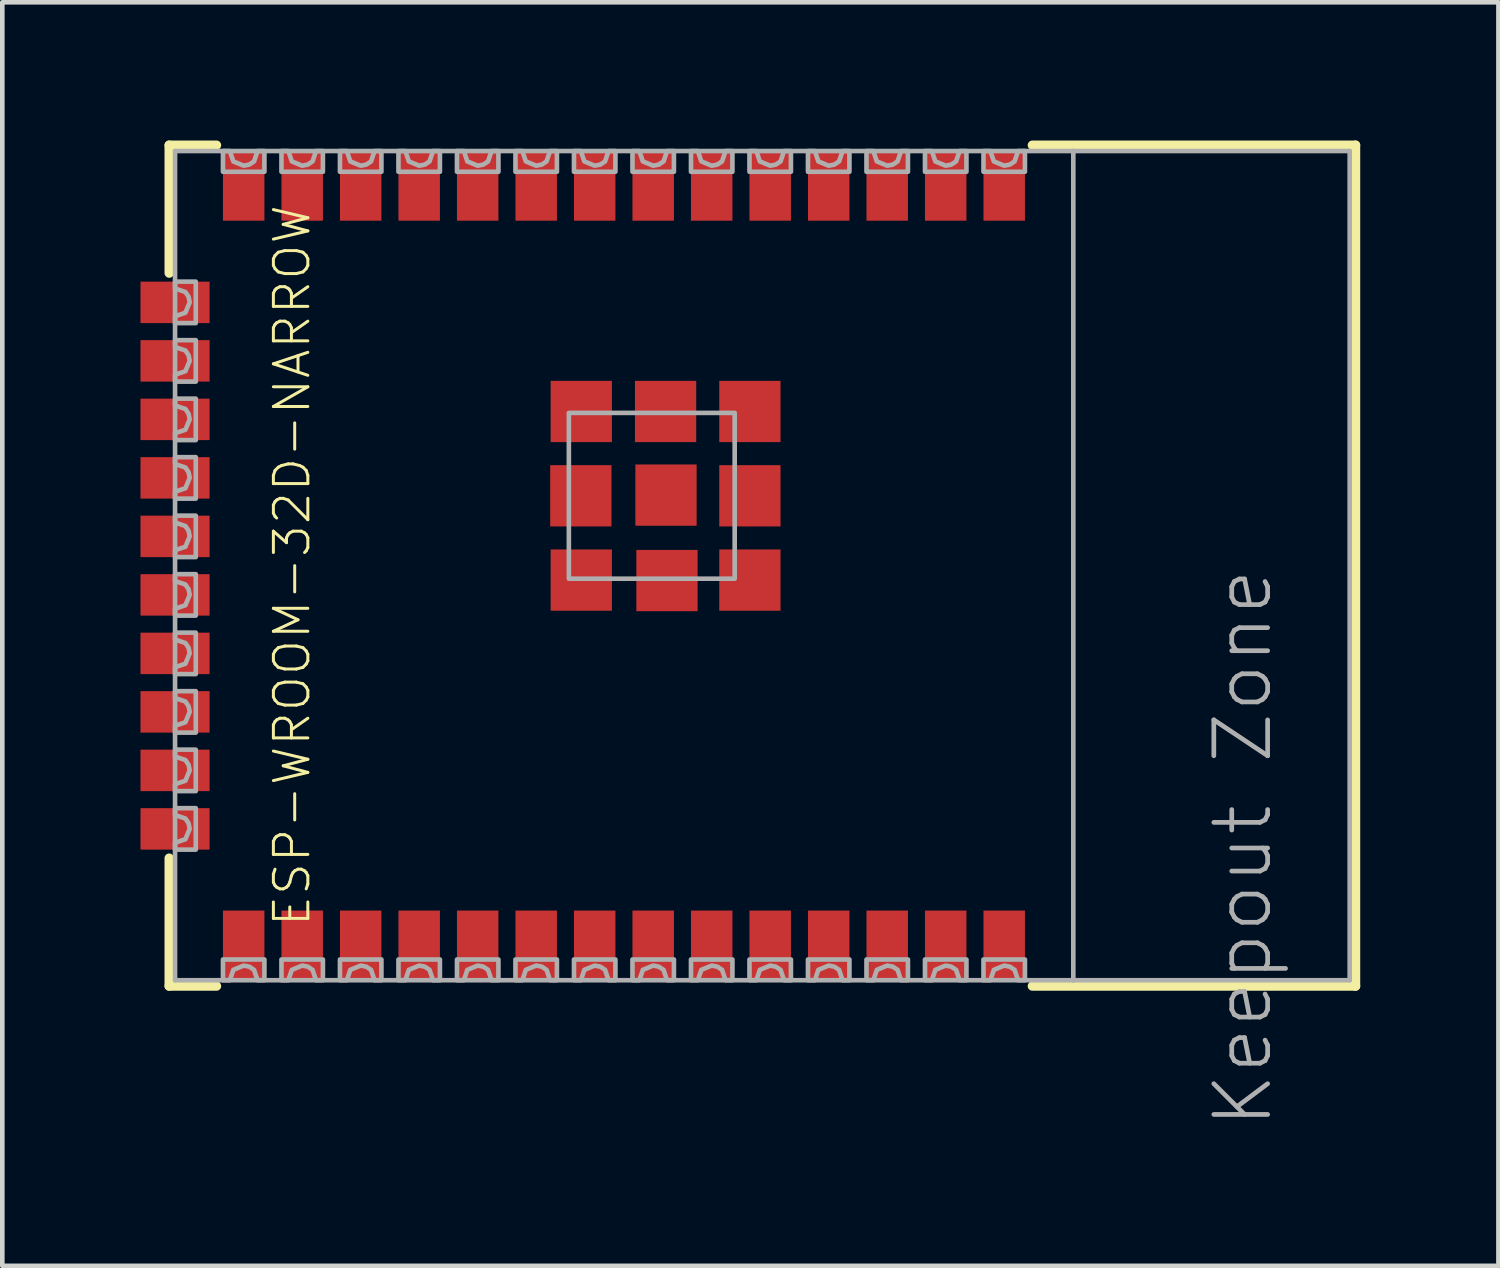
<source format=kicad_pcb>
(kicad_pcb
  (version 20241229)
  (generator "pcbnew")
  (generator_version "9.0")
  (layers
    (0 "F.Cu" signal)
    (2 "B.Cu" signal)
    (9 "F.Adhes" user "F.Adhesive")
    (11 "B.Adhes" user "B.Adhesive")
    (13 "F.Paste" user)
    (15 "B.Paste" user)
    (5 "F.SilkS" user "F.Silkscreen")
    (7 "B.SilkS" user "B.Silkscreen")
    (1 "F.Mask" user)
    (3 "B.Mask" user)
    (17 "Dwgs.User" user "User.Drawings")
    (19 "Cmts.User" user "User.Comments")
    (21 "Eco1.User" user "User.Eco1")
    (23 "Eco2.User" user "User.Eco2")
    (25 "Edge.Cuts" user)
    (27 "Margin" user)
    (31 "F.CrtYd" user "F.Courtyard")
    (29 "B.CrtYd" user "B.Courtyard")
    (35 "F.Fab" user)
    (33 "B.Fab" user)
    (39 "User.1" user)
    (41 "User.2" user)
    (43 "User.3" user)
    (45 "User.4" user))
  (footprint "ESP-WROOM-32D-NARROW"
    (layer "F.Cu")
    (at 12.32 9.229)
    (property "Reference" "ESP-WROOM-32D-NARROW" (at -9.03 0 90) (unlocked yes) (layer "F.SilkS") (effects (font (size 0.748 0.748) (thickness 0.065))))
    (fp_line (start -11.697 -9.127) (end -10.67 -9.127) (stroke (width 0.203) (type solid)) (layer "F.SilkS"))
    (fp_line (start -11.697 -6.35) (end -11.697 -9.127) (stroke (width 0.203) (type solid)) (layer "F.SilkS"))
    (fp_line (start -11.697 6.35) (end -11.697 9.127) (stroke (width 0.203) (type solid)) (layer "F.SilkS"))
    (fp_line (start -11.697 9.127) (end -10.67 9.127) (stroke (width 0.203) (type solid)) (layer "F.SilkS"))
    (fp_line (start 7.041 -9.127) (end 14.057 -9.127) (stroke (width 0.203) (type solid)) (layer "F.SilkS"))
    (fp_line (start 7.041 9.127) (end 14.057 9.127) (stroke (width 0.203) (type solid)) (layer "F.SilkS"))
    (fp_line (start 14.057 -9.127) (end 14.057 9.127) (stroke (width 0.203) (type solid)) (layer "F.SilkS"))
    (fp_line (start -11.57 -9) (end 7.93 -9) (stroke (width 0.1) (type solid)) (layer "F.Fab"))
    (fp_line (start -11.57 9) (end -11.57 -9) (stroke (width 0.1) (type solid)) (layer "F.Fab"))
    (fp_line (start 7.93 -9) (end 13.93 -9) (stroke (width 0.1) (type solid)) (layer "F.Fab"))
    (fp_line (start 7.93 9) (end -11.57 9) (stroke (width 0.1) (type solid)) (layer "F.Fab"))
    (fp_line (start 7.93 9) (end 7.93 -9) (stroke (width 0.1) (type solid)) (layer "F.Fab"))
    (fp_line (start 13.93 -9) (end 13.93 9) (stroke (width 0.1) (type solid)) (layer "F.Fab"))
    (fp_line (start 13.93 9) (end 7.93 9) (stroke (width 0.1) (type solid)) (layer "F.Fab"))
    (fp_poly (pts (xy -3.021 0.284) (xy 0.579 0.284) (xy 0.579 -3.316) (xy -3.021 -3.316)) (stroke (width 0.1) (type default)) (fill no) (layer "F.Fab"))
    (fp_poly (pts (xy -11.12 -5.265) (xy -11.57 -5.265) (xy -11.57 -5.415) (xy -11.345 -5.49) (xy -11.252 -5.715) (xy -11.276 -5.837) (xy -11.345 -5.94) (xy -11.57 -6.015) (xy -11.57 -6.015) (xy -11.57 -6.165) (xy -11.12 -6.165)) (stroke (width 0.1) (type default)) (fill no) (layer "F.Fab"))
    (fp_poly (pts (xy -11.12 -3.995) (xy -11.57 -3.995) (xy -11.57 -4.145) (xy -11.345 -4.22) (xy -11.252 -4.445) (xy -11.276 -4.567) (xy -11.345 -4.67) (xy -11.57 -4.745) (xy -11.57 -4.745) (xy -11.57 -4.895) (xy -11.12 -4.895)) (stroke (width 0.1) (type default)) (fill no) (layer "F.Fab"))
    (fp_poly (pts (xy -11.12 -2.725) (xy -11.57 -2.725) (xy -11.57 -2.875) (xy -11.345 -2.95) (xy -11.252 -3.175) (xy -11.276 -3.297) (xy -11.345 -3.4) (xy -11.57 -3.475) (xy -11.57 -3.475) (xy -11.57 -3.625) (xy -11.12 -3.625)) (stroke (width 0.1) (type default)) (fill no) (layer "F.Fab"))
    (fp_poly (pts (xy -11.12 -1.455) (xy -11.57 -1.455) (xy -11.57 -1.605) (xy -11.345 -1.68) (xy -11.252 -1.905) (xy -11.276 -2.027) (xy -11.345 -2.13) (xy -11.57 -2.205) (xy -11.57 -2.205) (xy -11.57 -2.355) (xy -11.12 -2.355)) (stroke (width 0.1) (type default)) (fill no) (layer "F.Fab"))
    (fp_poly (pts (xy -11.12 -0.185) (xy -11.57 -0.185) (xy -11.57 -0.335) (xy -11.345 -0.41) (xy -11.252 -0.635) (xy -11.276 -0.757) (xy -11.345 -0.86) (xy -11.57 -0.935) (xy -11.57 -0.935) (xy -11.57 -1.085) (xy -11.12 -1.085)) (stroke (width 0.1) (type default)) (fill no) (layer "F.Fab"))
    (fp_poly (pts (xy -11.12 1.085) (xy -11.57 1.085) (xy -11.57 0.935) (xy -11.345 0.86) (xy -11.345 0.86) (xy -11.252 0.635) (xy -11.276 0.513) (xy -11.345 0.41) (xy -11.57 0.335) (xy -11.57 0.185) (xy -11.12 0.185)) (stroke (width 0.1) (type default)) (fill no) (layer "F.Fab"))
    (fp_poly (pts (xy -11.12 2.355) (xy -11.57 2.355) (xy -11.57 2.205) (xy -11.345 2.13) (xy -11.345 2.13) (xy -11.252 1.905) (xy -11.276 1.783) (xy -11.345 1.68) (xy -11.57 1.605) (xy -11.57 1.455) (xy -11.12 1.455)) (stroke (width 0.1) (type default)) (fill no) (layer "F.Fab"))
    (fp_poly (pts (xy -11.12 3.625) (xy -11.57 3.625) (xy -11.57 3.475) (xy -11.345 3.4) (xy -11.345 3.4) (xy -11.252 3.175) (xy -11.276 3.053) (xy -11.345 2.95) (xy -11.57 2.875) (xy -11.57 2.725) (xy -11.12 2.725)) (stroke (width 0.1) (type default)) (fill no) (layer "F.Fab"))
    (fp_poly (pts (xy -11.12 4.895) (xy -11.57 4.895) (xy -11.57 4.745) (xy -11.345 4.67) (xy -11.345 4.67) (xy -11.252 4.445) (xy -11.276 4.323) (xy -11.345 4.22) (xy -11.57 4.145) (xy -11.57 3.995) (xy -11.12 3.995)) (stroke (width 0.1) (type default)) (fill no) (layer "F.Fab"))
    (fp_poly (pts (xy -11.12 6.165) (xy -11.57 6.165) (xy -11.57 6.015) (xy -11.345 5.94) (xy -11.345 5.94) (xy -11.252 5.715) (xy -11.276 5.593) (xy -11.345 5.49) (xy -11.57 5.415) (xy -11.57 5.265) (xy -11.12 5.265)) (stroke (width 0.1) (type default)) (fill no) (layer "F.Fab"))
    (fp_poly (pts (xy -10.305 -8.775) (xy -10.305 -8.775) (xy -10.08 -8.682) (xy -9.958 -8.706) (xy -9.855 -8.775) (xy -9.78 -9) (xy -9.63 -9) (xy -9.63 -8.55) (xy -10.53 -8.55) (xy -10.53 -9) (xy -10.38 -9)) (stroke (width 0.1) (type default)) (fill no) (layer "F.Fab"))
    (fp_poly (pts (xy -9.63 9) (xy -9.78 9) (xy -9.855 8.775) (xy -9.958 8.706) (xy -10.08 8.682) (xy -10.305 8.775) (xy -10.305 8.775) (xy -10.38 9) (xy -10.53 9) (xy -10.53 8.55) (xy -9.63 8.55)) (stroke (width 0.1) (type default)) (fill no) (layer "F.Fab"))
    (fp_poly (pts (xy -9.035 -8.775) (xy -9.035 -8.775) (xy -8.81 -8.682) (xy -8.688 -8.706) (xy -8.585 -8.775) (xy -8.51 -9) (xy -8.36 -9) (xy -8.36 -8.55) (xy -9.26 -8.55) (xy -9.26 -9) (xy -9.11 -9)) (stroke (width 0.1) (type default)) (fill no) (layer "F.Fab"))
    (fp_poly (pts (xy -8.36 9) (xy -8.51 9) (xy -8.585 8.775) (xy -8.688 8.706) (xy -8.81 8.682) (xy -9.035 8.775) (xy -9.035 8.775) (xy -9.11 9) (xy -9.26 9) (xy -9.26 8.55) (xy -8.36 8.55)) (stroke (width 0.1) (type default)) (fill no) (layer "F.Fab"))
    (fp_poly (pts (xy -7.765 -8.775) (xy -7.765 -8.775) (xy -7.54 -8.682) (xy -7.418 -8.706) (xy -7.315 -8.775) (xy -7.24 -9) (xy -7.09 -9) (xy -7.09 -8.55) (xy -7.99 -8.55) (xy -7.99 -9) (xy -7.84 -9)) (stroke (width 0.1) (type default)) (fill no) (layer "F.Fab"))
    (fp_poly (pts (xy -7.09 9) (xy -7.24 9) (xy -7.315 8.775) (xy -7.418 8.706) (xy -7.54 8.682) (xy -7.765 8.775) (xy -7.765 8.775) (xy -7.84 9) (xy -7.99 9) (xy -7.99 8.55) (xy -7.09 8.55)) (stroke (width 0.1) (type default)) (fill no) (layer "F.Fab"))
    (fp_poly (pts (xy -6.495 -8.775) (xy -6.495 -8.775) (xy -6.27 -8.682) (xy -6.148 -8.706) (xy -6.045 -8.775) (xy -5.97 -9) (xy -5.82 -9) (xy -5.82 -8.55) (xy -6.72 -8.55) (xy -6.72 -9) (xy -6.57 -9)) (stroke (width 0.1) (type default)) (fill no) (layer "F.Fab"))
    (fp_poly (pts (xy -5.82 9) (xy -5.97 9) (xy -6.045 8.775) (xy -6.148 8.706) (xy -6.27 8.682) (xy -6.495 8.775) (xy -6.495 8.775) (xy -6.57 9) (xy -6.72 9) (xy -6.72 8.55) (xy -5.82 8.55)) (stroke (width 0.1) (type default)) (fill no) (layer "F.Fab"))
    (fp_poly (pts (xy -5.225 -8.775) (xy -5.225 -8.775) (xy -5 -8.682) (xy -4.878 -8.706) (xy -4.775 -8.775) (xy -4.7 -9) (xy -4.55 -9) (xy -4.55 -8.55) (xy -5.45 -8.55) (xy -5.45 -9) (xy -5.3 -9)) (stroke (width 0.1) (type default)) (fill no) (layer "F.Fab"))
    (fp_poly (pts (xy -4.55 9) (xy -4.7 9) (xy -4.775 8.775) (xy -4.878 8.706) (xy -5 8.682) (xy -5.225 8.775) (xy -5.225 8.775) (xy -5.3 9) (xy -5.45 9) (xy -5.45 8.55) (xy -4.55 8.55)) (stroke (width 0.1) (type default)) (fill no) (layer "F.Fab"))
    (fp_poly (pts (xy -3.955 -8.775) (xy -3.955 -8.775) (xy -3.73 -8.682) (xy -3.608 -8.706) (xy -3.505 -8.775) (xy -3.43 -9) (xy -3.28 -9) (xy -3.28 -8.55) (xy -4.18 -8.55) (xy -4.18 -9) (xy -4.03 -9)) (stroke (width 0.1) (type default)) (fill no) (layer "F.Fab"))
    (fp_poly (pts (xy -3.28 9) (xy -3.43 9) (xy -3.505 8.775) (xy -3.608 8.706) (xy -3.73 8.682) (xy -3.955 8.775) (xy -3.955 8.775) (xy -4.03 9) (xy -4.18 9) (xy -4.18 8.55) (xy -3.28 8.55)) (stroke (width 0.1) (type default)) (fill no) (layer "F.Fab"))
    (fp_poly (pts (xy -2.685 -8.775) (xy -2.685 -8.775) (xy -2.46 -8.682) (xy -2.338 -8.706) (xy -2.235 -8.775) (xy -2.16 -9) (xy -2.01 -9) (xy -2.01 -8.55) (xy -2.91 -8.55) (xy -2.91 -9) (xy -2.76 -9)) (stroke (width 0.1) (type default)) (fill no) (layer "F.Fab"))
    (fp_poly (pts (xy -2.01 9) (xy -2.16 9) (xy -2.235 8.775) (xy -2.338 8.706) (xy -2.46 8.682) (xy -2.685 8.775) (xy -2.685 8.775) (xy -2.76 9) (xy -2.91 9) (xy -2.91 8.55) (xy -2.01 8.55)) (stroke (width 0.1) (type default)) (fill no) (layer "F.Fab"))
    (fp_poly (pts (xy -1.415 -8.775) (xy -1.415 -8.775) (xy -1.19 -8.682) (xy -1.068 -8.706) (xy -0.965 -8.775) (xy -0.89 -9) (xy -0.74 -9) (xy -0.74 -8.55) (xy -1.64 -8.55) (xy -1.64 -9) (xy -1.49 -9)) (stroke (width 0.1) (type default)) (fill no) (layer "F.Fab"))
    (fp_poly (pts (xy -0.74 9) (xy -0.89 9) (xy -0.965 8.775) (xy -1.068 8.706) (xy -1.19 8.682) (xy -1.415 8.775) (xy -1.415 8.775) (xy -1.49 9) (xy -1.64 9) (xy -1.64 8.55) (xy -0.74 8.55)) (stroke (width 0.1) (type default)) (fill no) (layer "F.Fab"))
    (fp_poly (pts (xy 0.38 -9) (xy 0.53 -9) (xy 0.53 -8.55) (xy -0.37 -8.55) (xy -0.37 -9) (xy -0.22 -9) (xy -0.145 -8.775) (xy 0.08 -8.682) (xy 0.202 -8.706) (xy 0.305 -8.775) (xy 0.38 -9)) (stroke (width 0.1) (type default)) (fill no) (layer "F.Fab"))
    (fp_poly (pts (xy 0.53 9) (xy 0.38 9) (xy 0.38 9) (xy 0.305 8.775) (xy 0.202 8.706) (xy 0.08 8.682) (xy -0.145 8.775) (xy -0.22 9) (xy -0.37 9) (xy -0.37 8.55) (xy 0.53 8.55)) (stroke (width 0.1) (type default)) (fill no) (layer "F.Fab"))
    (fp_poly (pts (xy 1.65 -9) (xy 1.8 -9) (xy 1.8 -8.55) (xy 0.9 -8.55) (xy 0.9 -9) (xy 1.05 -9) (xy 1.125 -8.775) (xy 1.35 -8.682) (xy 1.472 -8.706) (xy 1.575 -8.775) (xy 1.65 -9)) (stroke (width 0.1) (type default)) (fill no) (layer "F.Fab"))
    (fp_poly (pts (xy 1.8 9) (xy 1.65 9) (xy 1.65 9) (xy 1.575 8.775) (xy 1.472 8.706) (xy 1.35 8.682) (xy 1.125 8.775) (xy 1.05 9) (xy 0.9 9) (xy 0.9 8.55) (xy 1.8 8.55)) (stroke (width 0.1) (type default)) (fill no) (layer "F.Fab"))
    (fp_poly (pts (xy 2.92 -9) (xy 3.07 -9) (xy 3.07 -8.55) (xy 2.17 -8.55) (xy 2.17 -9) (xy 2.32 -9) (xy 2.395 -8.775) (xy 2.62 -8.682) (xy 2.742 -8.706) (xy 2.845 -8.775) (xy 2.92 -9)) (stroke (width 0.1) (type default)) (fill no) (layer "F.Fab"))
    (fp_poly (pts (xy 3.07 9) (xy 2.92 9) (xy 2.92 9) (xy 2.845 8.775) (xy 2.742 8.706) (xy 2.62 8.682) (xy 2.395 8.775) (xy 2.32 9) (xy 2.17 9) (xy 2.17 8.55) (xy 3.07 8.55)) (stroke (width 0.1) (type default)) (fill no) (layer "F.Fab"))
    (fp_poly (pts (xy 4.19 -9) (xy 4.34 -9) (xy 4.34 -8.55) (xy 3.44 -8.55) (xy 3.44 -9) (xy 3.59 -9) (xy 3.665 -8.775) (xy 3.89 -8.682) (xy 4.012 -8.706) (xy 4.115 -8.775) (xy 4.19 -9)) (stroke (width 0.1) (type default)) (fill no) (layer "F.Fab"))
    (fp_poly (pts (xy 4.34 9) (xy 4.19 9) (xy 4.19 9) (xy 4.115 8.775) (xy 4.012 8.706) (xy 3.89 8.682) (xy 3.665 8.775) (xy 3.59 9) (xy 3.44 9) (xy 3.44 8.55) (xy 4.34 8.55)) (stroke (width 0.1) (type default)) (fill no) (layer "F.Fab"))
    (fp_poly (pts (xy 5.46 -9) (xy 5.61 -9) (xy 5.61 -8.55) (xy 4.71 -8.55) (xy 4.71 -9) (xy 4.86 -9) (xy 4.935 -8.775) (xy 5.16 -8.682) (xy 5.282 -8.706) (xy 5.385 -8.775) (xy 5.46 -9)) (stroke (width 0.1) (type default)) (fill no) (layer "F.Fab"))
    (fp_poly (pts (xy 5.61 9) (xy 5.46 9) (xy 5.46 9) (xy 5.385 8.775) (xy 5.282 8.706) (xy 5.16 8.682) (xy 4.935 8.775) (xy 4.86 9) (xy 4.71 9) (xy 4.71 8.55) (xy 5.61 8.55)) (stroke (width 0.1) (type default)) (fill no) (layer "F.Fab"))
    (fp_poly (pts (xy 6.73 -9) (xy 6.88 -9) (xy 6.88 -8.55) (xy 5.98 -8.55) (xy 5.98 -9) (xy 6.13 -9) (xy 6.205 -8.775) (xy 6.43 -8.682) (xy 6.552 -8.706) (xy 6.655 -8.775) (xy 6.73 -9)) (stroke (width 0.1) (type default)) (fill no) (layer "F.Fab"))
    (fp_poly (pts (xy 6.88 9) (xy 6.73 9) (xy 6.73 9) (xy 6.655 8.775) (xy 6.552 8.706) (xy 6.43 8.682) (xy 6.205 8.775) (xy 6.13 9) (xy 5.98 9) (xy 5.98 8.55) (xy 6.88 8.55)) (stroke (width 0.1) (type default)) (fill no) (layer "F.Fab"))
    (fp_text user "Keepout Zone" (at 10.93 0 90) (unlocked yes) (layer "F.Fab") (effects (font (size 1.168 1.168) (thickness 0.102)) (justify right top)))
    (pad "1" smd rect (at 6.43 -8.238) (size 0.9 1.5) (layers "F.Cu" "F.Mask" "F.Paste"))
    (pad "2" smd rect (at 5.16 -8.238) (size 0.9 1.5) (layers "F.Cu" "F.Mask" "F.Paste"))
    (pad "3" smd rect (at 3.89 -8.238) (size 0.9 1.5) (layers "F.Cu" "F.Mask" "F.Paste"))
    (pad "4" smd rect (at 2.62 -8.238) (size 0.9 1.5) (layers "F.Cu" "F.Mask" "F.Paste"))
    (pad "5" smd rect (at 1.35 -8.238) (size 0.9 1.5) (layers "F.Cu" "F.Mask" "F.Paste"))
    (pad "6" smd rect (at 0.08 -8.238) (size 0.9 1.5) (layers "F.Cu" "F.Mask" "F.Paste"))
    (pad "7" smd rect (at -1.19 -8.238) (size 0.9 1.5) (layers "F.Cu" "F.Mask" "F.Paste"))
    (pad "8" smd rect (at -2.46 -8.238) (size 0.9 1.5) (layers "F.Cu" "F.Mask" "F.Paste"))
    (pad "9" smd rect (at -3.73 -8.238) (size 0.9 1.5) (layers "F.Cu" "F.Mask" "F.Paste"))
    (pad "10" smd rect (at -5 -8.238) (size 0.9 1.5) (layers "F.Cu" "F.Mask" "F.Paste"))
    (pad "11" smd rect (at -6.27 -8.238) (size 0.9 1.5) (layers "F.Cu" "F.Mask" "F.Paste"))
    (pad "12" smd rect (at -7.54 -8.238) (size 0.9 1.5) (layers "F.Cu" "F.Mask" "F.Paste"))
    (pad "13" smd rect (at -8.81 -8.238) (size 0.9 1.5) (layers "F.Cu" "F.Mask" "F.Paste"))
    (pad "14" smd rect (at -10.08 -8.238) (size 0.9 1.5) (layers "F.Cu" "F.Mask" "F.Paste"))
    (pad "15" smd rect (at -11.57 -5.715 90) (size 0.9 1.5) (layers "F.Cu" "F.Mask" "F.Paste"))
    (pad "16" smd rect (at -11.57 -4.445 90) (size 0.9 1.5) (layers "F.Cu" "F.Mask" "F.Paste"))
    (pad "17" smd rect (at -11.57 -3.175 90) (size 0.9 1.5) (layers "F.Cu" "F.Mask" "F.Paste"))
    (pad "18" smd rect (at -11.57 -1.905 90) (size 0.9 1.5) (layers "F.Cu" "F.Mask" "F.Paste"))
    (pad "19" smd rect (at -11.57 -0.635 90) (size 0.9 1.5) (layers "F.Cu" "F.Mask" "F.Paste"))
    (pad "20" smd rect (at -11.57 0.635 90) (size 0.9 1.5) (layers "F.Cu" "F.Mask" "F.Paste"))
    (pad "21" smd rect (at -11.57 1.905 90) (size 0.9 1.5) (layers "F.Cu" "F.Mask" "F.Paste"))
    (pad "22" smd rect (at -11.57 3.175 90) (size 0.9 1.5) (layers "F.Cu" "F.Mask" "F.Paste"))
    (pad "23" smd rect (at -11.57 4.445 90) (size 0.9 1.5) (layers "F.Cu" "F.Mask" "F.Paste"))
    (pad "24" smd rect (at -11.57 5.715 90) (size 0.9 1.5) (layers "F.Cu" "F.Mask" "F.Paste"))
    (pad "25" smd rect (at -10.08 8.238) (size 0.9 1.5) (layers "F.Cu" "F.Mask" "F.Paste"))
    (pad "26" smd rect (at -8.81 8.238) (size 0.9 1.5) (layers "F.Cu" "F.Mask" "F.Paste"))
    (pad "27" smd rect (at -7.54 8.238) (size 0.9 1.5) (layers "F.Cu" "F.Mask" "F.Paste"))
    (pad "28" smd rect (at -6.27 8.238) (size 0.9 1.5) (layers "F.Cu" "F.Mask" "F.Paste"))
    (pad "29" smd rect (at -5 8.238) (size 0.9 1.5) (layers "F.Cu" "F.Mask" "F.Paste"))
    (pad "30" smd rect (at -3.73 8.238) (size 0.9 1.5) (layers "F.Cu" "F.Mask" "F.Paste"))
    (pad "31" smd rect (at -2.46 8.238) (size 0.9 1.5) (layers "F.Cu" "F.Mask" "F.Paste"))
    (pad "32" smd rect (at -1.19 8.238) (size 0.9 1.5) (layers "F.Cu" "F.Mask" "F.Paste"))
    (pad "33" smd rect (at 0.08 8.238) (size 0.9 1.5) (layers "F.Cu" "F.Mask" "F.Paste"))
    (pad "34" smd rect (at 1.35 8.238) (size 0.9 1.5) (layers "F.Cu" "F.Mask" "F.Paste"))
    (pad "35" smd rect (at 2.62 8.238) (size 0.9 1.5) (layers "F.Cu" "F.Mask" "F.Paste"))
    (pad "36" smd rect (at 3.89 8.238) (size 0.9 1.5) (layers "F.Cu" "F.Mask" "F.Paste"))
    (pad "37" smd rect (at 5.16 8.238) (size 0.9 1.5) (layers "F.Cu" "F.Mask" "F.Paste"))
    (pad "38" smd rect (at 6.43 8.238) (size 0.9 1.5) (layers "F.Cu" "F.Mask" "F.Paste"))
    (pad "GND1" smd rect (at -0.912 -1.531) (size 1.33 1.33) (layers "F.Cu" "F.Mask" "F.Paste"))
    (pad "GNDT1" smd rect (at -2.751 -3.346) (size 1.33 1.33) (layers "F.Cu" "F.Mask" "F.Paste"))
    (pad "GNDT2" smd rect (at -2.761 -1.516) (size 1.33 1.33) (layers "F.Cu" "F.Mask" "F.Paste"))
    (pad "GNDT3" smd rect (at -2.751 0.314) (size 1.33 1.33) (layers "F.Cu" "F.Mask" "F.Paste"))
    (pad "GNDT4" smd rect (at -0.891 0.324) (size 1.33 1.33) (layers "F.Cu" "F.Mask" "F.Paste"))
    (pad "GNDT5" smd rect (at 0.909 0.314) (size 1.33 1.33) (layers "F.Cu" "F.Mask" "F.Paste"))
    (pad "GNDT6" smd rect (at 0.909 -1.516) (size 1.33 1.33) (layers "F.Cu" "F.Mask" "F.Paste"))
    (pad "GNDT7" smd rect (at 0.909 -3.346) (size 1.33 1.33) (layers "F.Cu" "F.Mask" "F.Paste"))
    (pad "GNDT8" smd rect (at -0.921 -3.346) (size 1.33 1.33) (layers "F.Cu" "F.Mask" "F.Paste")))
  (gr_rect
    (start -3 -3)
    (end 29.479 24.429)
    (stroke (width 0.1) (type default))
    (fill no)
    (layer "Edge.Cuts")))
</source>
